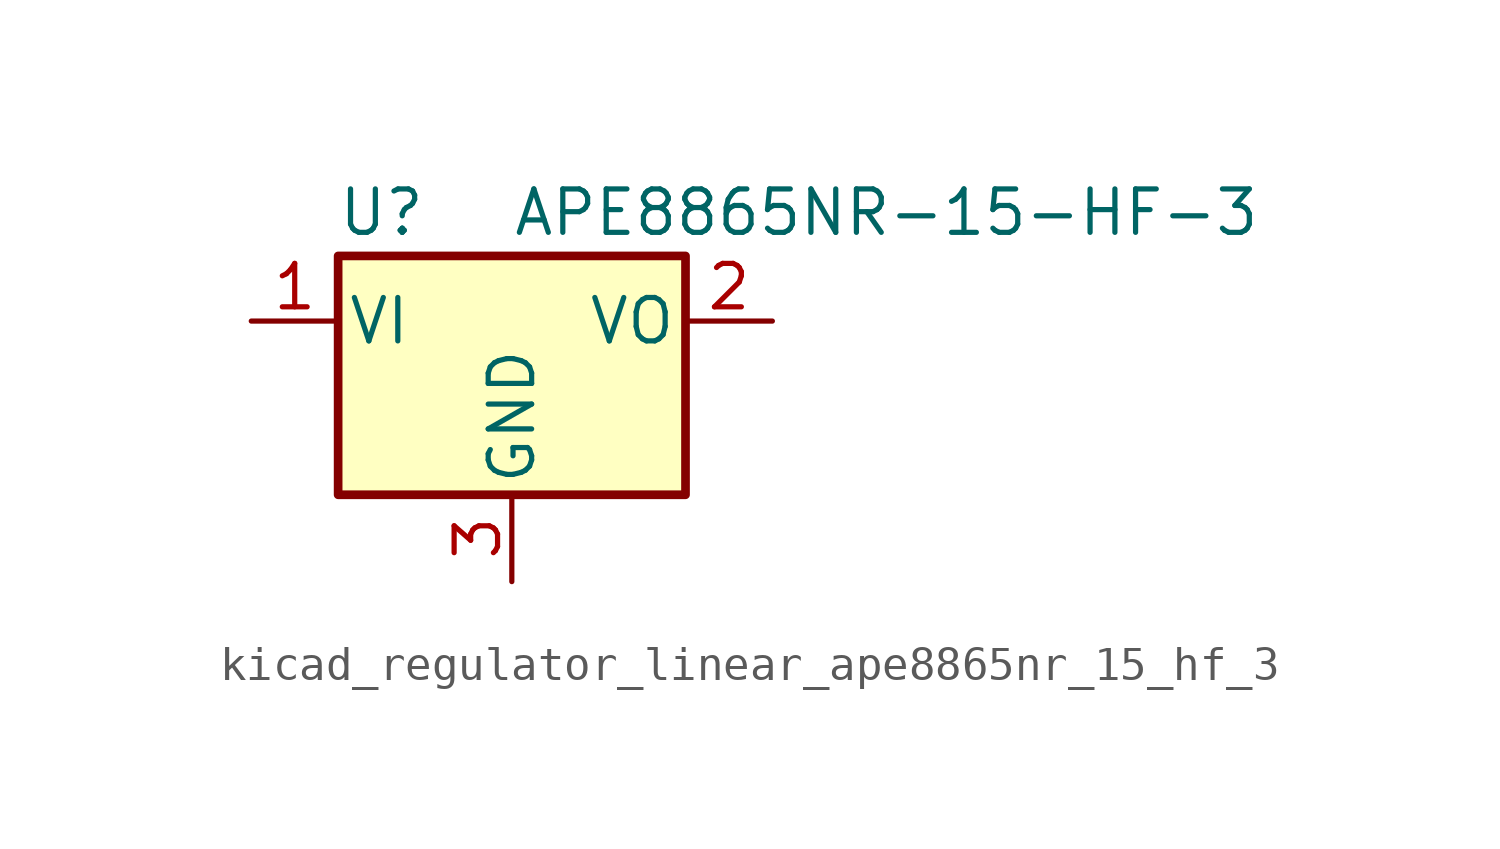
<source format=kicad_sym>
(kicad_symbol_lib
  (version 20220914)
  (generator kicad_symbol_editor)
  (symbol "kicad_regulator_linear_ape8865nr_15_hf_3"
    (pin_names
      (offset 0.254))
    (property "Reference" "U"
      (at -3.81 3.175 0)
      (effects (font (size 1.27 1.27))))
    (property "Value" "APE8865NR-15-HF-3"
      (at 0 3.175 0)
      (effects (font (size 1.27 1.27)) (justify left)))
    (symbol "kicad_regulator_linear_ape8865nr_15_hf_3_0_1"
      (rectangle (start -5.08 1.905) (end 5.08 -5.08) (stroke (width 0.254) (type default)) (fill (type background))))
    (symbol "kicad_regulator_linear_ape8865nr_15_hf_3_1_1"
      (pin power_in line (at -7.62 0 0) (length 2.54) (name "VI" (effects (font (size 1.27 1.27)))) (number "1" (effects (font (size 1.27 1.27)))))
      (pin power_out line (at 7.62 0 180) (length 2.54) (name "VO" (effects (font (size 1.27 1.27)))) (number "2" (effects (font (size 1.27 1.27)))))
      (pin power_in line (at 0 -7.62 90) (length 2.54) (name "GND" (effects (font (size 1.27 1.27)))) (number "3" (effects (font (size 1.27 1.27))))))))
</source>
